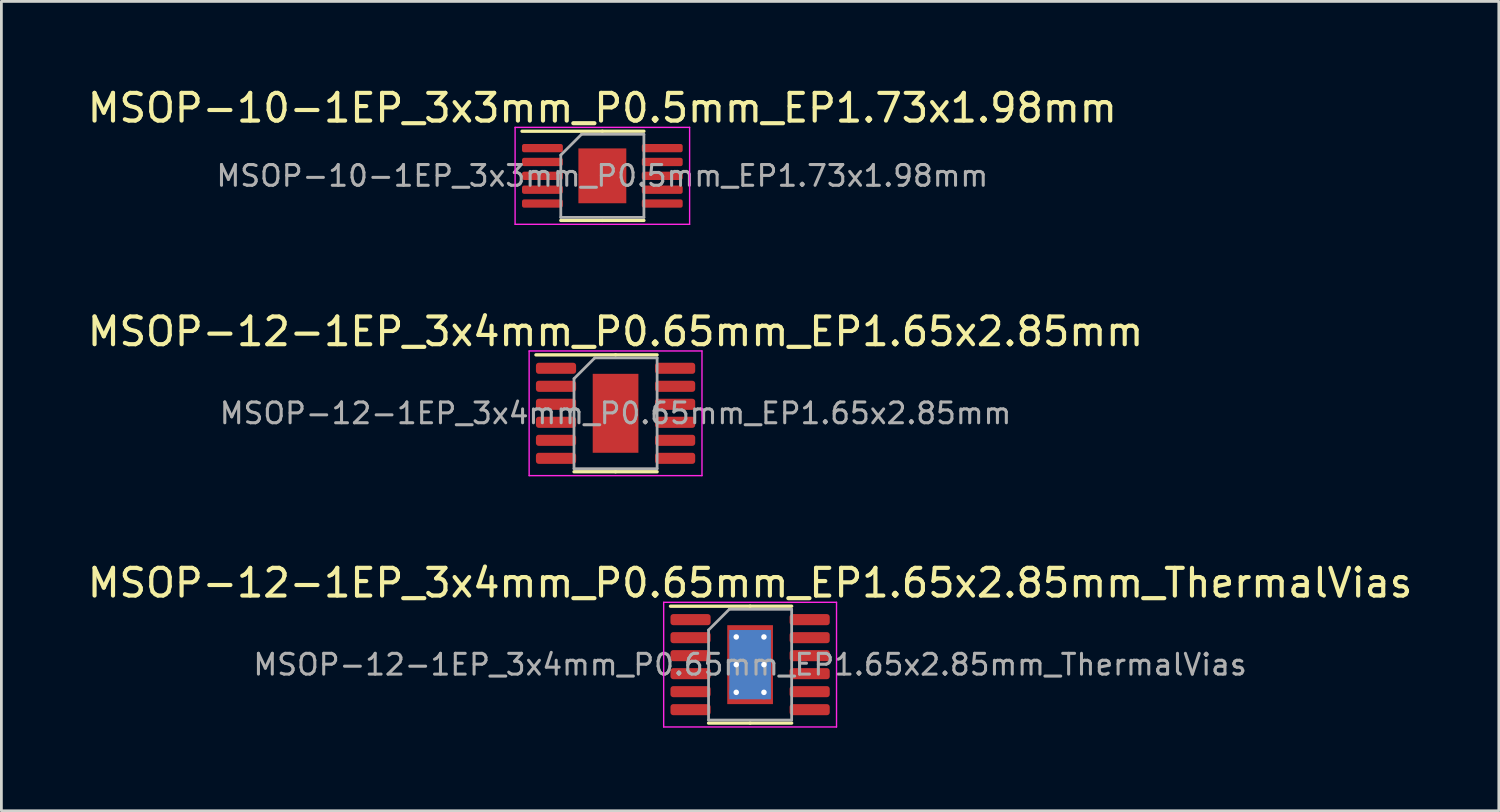
<source format=kicad_pcb>
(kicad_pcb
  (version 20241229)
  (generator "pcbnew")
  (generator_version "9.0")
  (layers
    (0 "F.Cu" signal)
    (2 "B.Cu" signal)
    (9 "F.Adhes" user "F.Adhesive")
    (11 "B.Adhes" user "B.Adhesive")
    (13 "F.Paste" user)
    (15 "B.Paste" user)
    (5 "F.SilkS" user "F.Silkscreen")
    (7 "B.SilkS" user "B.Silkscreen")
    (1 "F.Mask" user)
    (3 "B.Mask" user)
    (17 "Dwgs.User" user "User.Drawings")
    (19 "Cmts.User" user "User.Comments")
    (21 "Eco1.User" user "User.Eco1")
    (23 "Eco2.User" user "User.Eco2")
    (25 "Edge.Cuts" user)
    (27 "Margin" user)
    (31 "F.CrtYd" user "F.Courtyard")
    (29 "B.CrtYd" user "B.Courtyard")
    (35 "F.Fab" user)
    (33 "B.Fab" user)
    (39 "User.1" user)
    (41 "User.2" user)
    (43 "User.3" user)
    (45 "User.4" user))
  (footprint "MSOP-10-1EP_3x3mm_P0.5mm_EP1.73x1.98mm"
    (layer "F.Cu")
    (at 18.696 3.298)
    (property "Reference" "MSOP-10-1EP_3x3mm_P0.5mm_EP1.73x1.98mm" (at 0 -2.45 0) (layer "F.SilkS") (effects (font (size 1 1) (thickness 0.15))))
    (attr smd)
    (fp_line (start 0 -1.61) (end -2.9 -1.61) (stroke (width 0.12) (type solid)) (layer "F.SilkS"))
    (fp_line (start 0 -1.61) (end 1.5 -1.61) (stroke (width 0.12) (type solid)) (layer "F.SilkS"))
    (fp_line (start 0 1.61) (end -1.5 1.61) (stroke (width 0.12) (type solid)) (layer "F.SilkS"))
    (fp_line (start 0 1.61) (end 1.5 1.61) (stroke (width 0.12) (type solid)) (layer "F.SilkS"))
    (fp_line (start -3.15 -1.75) (end -3.15 1.75) (stroke (width 0.05) (type solid)) (layer "F.CrtYd"))
    (fp_line (start -3.15 1.75) (end 3.15 1.75) (stroke (width 0.05) (type solid)) (layer "F.CrtYd"))
    (fp_line (start 3.15 -1.75) (end -3.15 -1.75) (stroke (width 0.05) (type solid)) (layer "F.CrtYd"))
    (fp_line (start 3.15 1.75) (end 3.15 -1.75) (stroke (width 0.05) (type solid)) (layer "F.CrtYd"))
    (fp_line (start -1.5 -0.75) (end -0.75 -1.5) (stroke (width 0.1) (type solid)) (layer "F.Fab"))
    (fp_line (start -1.5 1.5) (end -1.5 -0.75) (stroke (width 0.1) (type solid)) (layer "F.Fab"))
    (fp_line (start -0.75 -1.5) (end 1.5 -1.5) (stroke (width 0.1) (type solid)) (layer "F.Fab"))
    (fp_line (start 1.5 -1.5) (end 1.5 1.5) (stroke (width 0.1) (type solid)) (layer "F.Fab"))
    (fp_line (start 1.5 1.5) (end -1.5 1.5) (stroke (width 0.1) (type solid)) (layer "F.Fab"))
    (fp_text user "${REFERENCE}" (at 0 0 0) (layer "F.Fab") (effects (font (size 0.75 0.75) (thickness 0.11))))
    (pad "" smd roundrect (at -0.43 -0.495) (size 0.7 0.8) (layers "F.Paste") (roundrect_rratio 0.25))
    (pad "" smd roundrect (at -0.43 0.495) (size 0.7 0.8) (layers "F.Paste") (roundrect_rratio 0.25))
    (pad "" smd roundrect (at 0.43 -0.495) (size 0.7 0.8) (layers "F.Paste") (roundrect_rratio 0.25))
    (pad "" smd roundrect (at 0.43 0.495) (size 0.7 0.8) (layers "F.Paste") (roundrect_rratio 0.25))
    (pad "1" smd roundrect (at -2.163 -1) (size 1.475 0.3) (layers "F.Cu" "F.Mask" "F.Paste") (roundrect_rratio 0.25))
    (pad "2" smd roundrect (at -2.163 -0.5) (size 1.475 0.3) (layers "F.Cu" "F.Mask" "F.Paste") (roundrect_rratio 0.25))
    (pad "3" smd roundrect (at -2.163 0) (size 1.475 0.3) (layers "F.Cu" "F.Mask" "F.Paste") (roundrect_rratio 0.25))
    (pad "4" smd roundrect (at -2.163 0.5) (size 1.475 0.3) (layers "F.Cu" "F.Mask" "F.Paste") (roundrect_rratio 0.25))
    (pad "5" smd roundrect (at -2.163 1) (size 1.475 0.3) (layers "F.Cu" "F.Mask" "F.Paste") (roundrect_rratio 0.25))
    (pad "6" smd roundrect (at 2.163 1) (size 1.475 0.3) (layers "F.Cu" "F.Mask" "F.Paste") (roundrect_rratio 0.25))
    (pad "7" smd roundrect (at 2.163 0.5) (size 1.475 0.3) (layers "F.Cu" "F.Mask" "F.Paste") (roundrect_rratio 0.25))
    (pad "8" smd roundrect (at 2.163 0) (size 1.475 0.3) (layers "F.Cu" "F.Mask" "F.Paste") (roundrect_rratio 0.25))
    (pad "9" smd roundrect (at 2.163 -0.5) (size 1.475 0.3) (layers "F.Cu" "F.Mask" "F.Paste") (roundrect_rratio 0.25))
    (pad "10" smd roundrect (at 2.163 -1) (size 1.475 0.3) (layers "F.Cu" "F.Mask" "F.Paste") (roundrect_rratio 0.25))
    (pad "11" smd rect (at 0 0) (size 1.73 1.98) (layers "F.Cu" "F.Mask")))
  (footprint "MSOP-12-1EP_3x4mm_P0.65mm_EP1.65x2.85mm"
    (layer "F.Cu")
    (at 19.173 11.871)
    (property "Reference" "MSOP-12-1EP_3x4mm_P0.65mm_EP1.65x2.85mm" (at 0 -2.95 0) (layer "F.SilkS") (effects (font (size 1 1) (thickness 0.15))))
    (attr smd)
    (fp_line (start 0 -2.11) (end -2.875 -2.11) (stroke (width 0.12) (type solid)) (layer "F.SilkS"))
    (fp_line (start 0 -2.11) (end 1.5 -2.11) (stroke (width 0.12) (type solid)) (layer "F.SilkS"))
    (fp_line (start 0 2.11) (end -1.5 2.11) (stroke (width 0.12) (type solid)) (layer "F.SilkS"))
    (fp_line (start 0 2.11) (end 1.5 2.11) (stroke (width 0.12) (type solid)) (layer "F.SilkS"))
    (fp_line (start -3.12 -2.25) (end -3.12 2.25) (stroke (width 0.05) (type solid)) (layer "F.CrtYd"))
    (fp_line (start -3.12 2.25) (end 3.12 2.25) (stroke (width 0.05) (type solid)) (layer "F.CrtYd"))
    (fp_line (start 3.12 -2.25) (end -3.12 -2.25) (stroke (width 0.05) (type solid)) (layer "F.CrtYd"))
    (fp_line (start 3.12 2.25) (end 3.12 -2.25) (stroke (width 0.05) (type solid)) (layer "F.CrtYd"))
    (fp_line (start -1.5 -1.25) (end -0.75 -2) (stroke (width 0.1) (type solid)) (layer "F.Fab"))
    (fp_line (start -1.5 2) (end -1.5 -1.25) (stroke (width 0.1) (type solid)) (layer "F.Fab"))
    (fp_line (start -0.75 -2) (end 1.5 -2) (stroke (width 0.1) (type solid)) (layer "F.Fab"))
    (fp_line (start 1.5 -2) (end 1.5 2) (stroke (width 0.1) (type solid)) (layer "F.Fab"))
    (fp_line (start 1.5 2) (end -1.5 2) (stroke (width 0.1) (type solid)) (layer "F.Fab"))
    (fp_text user "${REFERENCE}" (at 0 0 0) (layer "F.Fab") (effects (font (size 0.75 0.75) (thickness 0.11))))
    (pad "" smd roundrect (at -0.41 -0.71) (size 0.67 1.15) (layers "F.Paste") (roundrect_rratio 0.25))
    (pad "" smd roundrect (at -0.41 0.71) (size 0.67 1.15) (layers "F.Paste") (roundrect_rratio 0.25))
    (pad "" smd roundrect (at 0.41 -0.71) (size 0.67 1.15) (layers "F.Paste") (roundrect_rratio 0.25))
    (pad "" smd roundrect (at 0.41 0.71) (size 0.67 1.15) (layers "F.Paste") (roundrect_rratio 0.25))
    (pad "1" smd roundrect (at -2.15 -1.625) (size 1.45 0.4) (layers "F.Cu" "F.Mask" "F.Paste") (roundrect_rratio 0.25))
    (pad "2" smd roundrect (at -2.15 -0.975) (size 1.45 0.4) (layers "F.Cu" "F.Mask" "F.Paste") (roundrect_rratio 0.25))
    (pad "3" smd roundrect (at -2.15 -0.325) (size 1.45 0.4) (layers "F.Cu" "F.Mask" "F.Paste") (roundrect_rratio 0.25))
    (pad "4" smd roundrect (at -2.15 0.325) (size 1.45 0.4) (layers "F.Cu" "F.Mask" "F.Paste") (roundrect_rratio 0.25))
    (pad "5" smd roundrect (at -2.15 0.975) (size 1.45 0.4) (layers "F.Cu" "F.Mask" "F.Paste") (roundrect_rratio 0.25))
    (pad "6" smd roundrect (at -2.15 1.625) (size 1.45 0.4) (layers "F.Cu" "F.Mask" "F.Paste") (roundrect_rratio 0.25))
    (pad "7" smd roundrect (at 2.15 1.625) (size 1.45 0.4) (layers "F.Cu" "F.Mask" "F.Paste") (roundrect_rratio 0.25))
    (pad "8" smd roundrect (at 2.15 0.975) (size 1.45 0.4) (layers "F.Cu" "F.Mask" "F.Paste") (roundrect_rratio 0.25))
    (pad "9" smd roundrect (at 2.15 0.325) (size 1.45 0.4) (layers "F.Cu" "F.Mask" "F.Paste") (roundrect_rratio 0.25))
    (pad "10" smd roundrect (at 2.15 -0.325) (size 1.45 0.4) (layers "F.Cu" "F.Mask" "F.Paste") (roundrect_rratio 0.25))
    (pad "11" smd roundrect (at 2.15 -0.975) (size 1.45 0.4) (layers "F.Cu" "F.Mask" "F.Paste") (roundrect_rratio 0.25))
    (pad "12" smd roundrect (at 2.15 -1.625) (size 1.45 0.4) (layers "F.Cu" "F.Mask" "F.Paste") (roundrect_rratio 0.25))
    (pad "13" smd rect (at 0 0) (size 1.65 2.85) (layers "F.Cu" "F.Mask")))
  (footprint "MSOP-12-1EP_3x4mm_P0.65mm_EP1.65x2.85mm_ThermalVias"
    (layer "F.Cu")
    (at 24.03 20.945)
    (property "Reference" "MSOP-12-1EP_3x4mm_P0.65mm_EP1.65x2.85mm_ThermalVias" (at 0 -2.95 0) (layer "F.SilkS") (effects (font (size 1 1) (thickness 0.15))))
    (attr smd)
    (fp_line (start 0 -2.11) (end -2.875 -2.11) (stroke (width 0.12) (type solid)) (layer "F.SilkS"))
    (fp_line (start 0 -2.11) (end 1.5 -2.11) (stroke (width 0.12) (type solid)) (layer "F.SilkS"))
    (fp_line (start 0 2.11) (end -1.5 2.11) (stroke (width 0.12) (type solid)) (layer "F.SilkS"))
    (fp_line (start 0 2.11) (end 1.5 2.11) (stroke (width 0.12) (type solid)) (layer "F.SilkS"))
    (fp_line (start -3.12 -2.25) (end -3.12 2.25) (stroke (width 0.05) (type solid)) (layer "F.CrtYd"))
    (fp_line (start -3.12 2.25) (end 3.12 2.25) (stroke (width 0.05) (type solid)) (layer "F.CrtYd"))
    (fp_line (start 3.12 -2.25) (end -3.12 -2.25) (stroke (width 0.05) (type solid)) (layer "F.CrtYd"))
    (fp_line (start 3.12 2.25) (end 3.12 -2.25) (stroke (width 0.05) (type solid)) (layer "F.CrtYd"))
    (fp_line (start -1.5 -1.25) (end -0.75 -2) (stroke (width 0.1) (type solid)) (layer "F.Fab"))
    (fp_line (start -1.5 2) (end -1.5 -1.25) (stroke (width 0.1) (type solid)) (layer "F.Fab"))
    (fp_line (start -0.75 -2) (end 1.5 -2) (stroke (width 0.1) (type solid)) (layer "F.Fab"))
    (fp_line (start 1.5 -2) (end 1.5 2) (stroke (width 0.1) (type solid)) (layer "F.Fab"))
    (fp_line (start 1.5 2) (end -1.5 2) (stroke (width 0.1) (type solid)) (layer "F.Fab"))
    (fp_text user "${REFERENCE}" (at 0 0 0) (layer "F.Fab") (effects (font (size 0.75 0.75) (thickness 0.11))))
    (pad "" smd roundrect (at -0.41 -0.71) (size 0.69 1.19) (layers "F.Paste") (roundrect_rratio 0.25))
    (pad "" smd roundrect (at -0.41 0.71) (size 0.69 1.19) (layers "F.Paste") (roundrect_rratio 0.25))
    (pad "" smd roundrect (at 0.41 -0.71) (size 0.69 1.19) (layers "F.Paste") (roundrect_rratio 0.25))
    (pad "" smd roundrect (at 0.41 0.71) (size 0.69 1.19) (layers "F.Paste") (roundrect_rratio 0.25))
    (pad "1" smd roundrect (at -2.15 -1.625) (size 1.45 0.4) (layers "F.Cu" "F.Mask" "F.Paste") (roundrect_rratio 0.25))
    (pad "2" smd roundrect (at -2.15 -0.975) (size 1.45 0.4) (layers "F.Cu" "F.Mask" "F.Paste") (roundrect_rratio 0.25))
    (pad "3" smd roundrect (at -2.15 -0.325) (size 1.45 0.4) (layers "F.Cu" "F.Mask" "F.Paste") (roundrect_rratio 0.25))
    (pad "4" smd roundrect (at -2.15 0.325) (size 1.45 0.4) (layers "F.Cu" "F.Mask" "F.Paste") (roundrect_rratio 0.25))
    (pad "5" smd roundrect (at -2.15 0.975) (size 1.45 0.4) (layers "F.Cu" "F.Mask" "F.Paste") (roundrect_rratio 0.25))
    (pad "6" smd roundrect (at -2.15 1.625) (size 1.45 0.4) (layers "F.Cu" "F.Mask" "F.Paste") (roundrect_rratio 0.25))
    (pad "7" smd roundrect (at 2.15 1.625) (size 1.45 0.4) (layers "F.Cu" "F.Mask" "F.Paste") (roundrect_rratio 0.25))
    (pad "8" smd roundrect (at 2.15 0.975) (size 1.45 0.4) (layers "F.Cu" "F.Mask" "F.Paste") (roundrect_rratio 0.25))
    (pad "9" smd roundrect (at 2.15 0.325) (size 1.45 0.4) (layers "F.Cu" "F.Mask" "F.Paste") (roundrect_rratio 0.25))
    (pad "10" smd roundrect (at 2.15 -0.325) (size 1.45 0.4) (layers "F.Cu" "F.Mask" "F.Paste") (roundrect_rratio 0.25))
    (pad "11" smd roundrect (at 2.15 -0.975) (size 1.45 0.4) (layers "F.Cu" "F.Mask" "F.Paste") (roundrect_rratio 0.25))
    (pad "12" smd roundrect (at 2.15 -1.625) (size 1.45 0.4) (layers "F.Cu" "F.Mask" "F.Paste") (roundrect_rratio 0.25))
    (pad "13" thru_hole circle (at -0.5 -1) (size 0.5 0.5) (drill 0.2) (layers "*.Cu"))
    (pad "13" thru_hole circle (at -0.5 0) (size 0.5 0.5) (drill 0.2) (layers "*.Cu"))
    (pad "13" thru_hole circle (at -0.5 1) (size 0.5 0.5) (drill 0.2) (layers "*.Cu"))
    (pad "13" smd rect (at 0 0) (size 1.5 2.5) (layers "B.Cu"))
    (pad "13" smd rect (at 0 0) (size 1.65 2.85) (layers "F.Cu" "F.Mask"))
    (pad "13" thru_hole circle (at 0.5 -1) (size 0.5 0.5) (drill 0.2) (layers "*.Cu"))
    (pad "13" thru_hole circle (at 0.5 0) (size 0.5 0.5) (drill 0.2) (layers "*.Cu"))
    (pad "13" thru_hole circle (at 0.5 1) (size 0.5 0.5) (drill 0.2) (layers "*.Cu")))
  (gr_rect
    (start -3 -3)
    (end 51.06 26.22)
    (stroke (width 0.1) (type default))
    (fill no)
    (layer "Edge.Cuts")))
</source>
